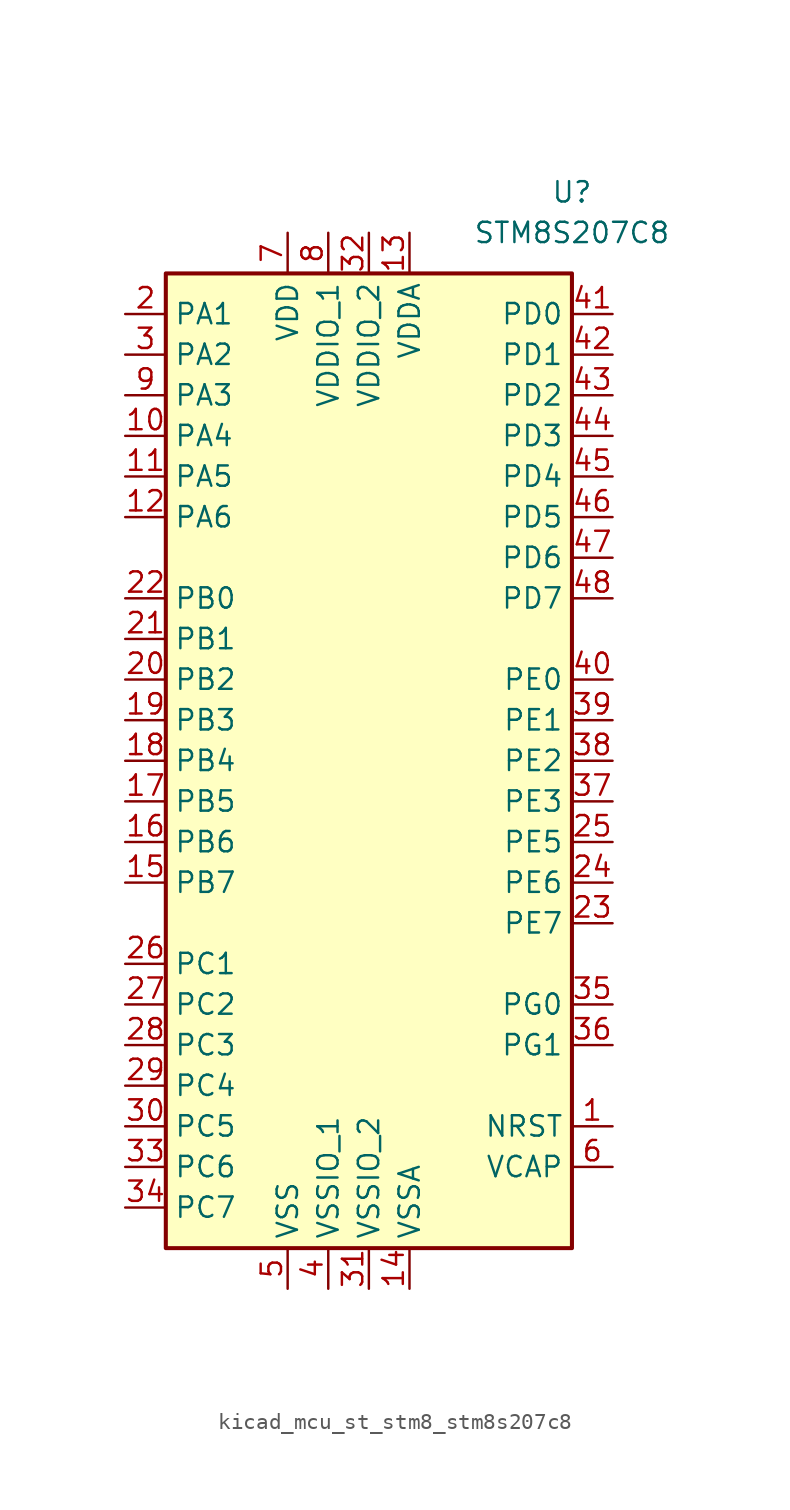
<source format=kicad_sym>
(kicad_symbol_lib
  (version 20220914)
  (generator kicad_symbol_editor)
  (symbol "kicad_mcu_st_stm8_stm8s207c8"
    (property "Reference" "U"
      (at 12.7 35.56 0)
      (effects (font (size 1.27 1.27))))
    (property "Value" "STM8S207C8"
      (at 12.7 33.02 0)
      (effects (font (size 1.27 1.27))))
    (symbol "kicad_mcu_st_stm8_stm8s207c8_0_1"
      (rectangle (start -12.7 -30.48) (end 12.7 30.48) (stroke (width 0.254) (type default)) (fill (type background))))
    (symbol "kicad_mcu_st_stm8_stm8s207c8_1_1"
      (pin input line (at 15.24 -22.86 180) (length 2.54) (name "NRST" (effects (font (size 1.27 1.27)))) (number "1" (effects (font (size 1.27 1.27)))))
      (pin bidirectional line (at -15.24 20.32 0) (length 2.54) (name "PA4" (effects (font (size 1.27 1.27)))) (number "10" (effects (font (size 1.27 1.27)))))
      (pin bidirectional line (at -15.24 17.78 0) (length 2.54) (name "PA5" (effects (font (size 1.27 1.27)))) (number "11" (effects (font (size 1.27 1.27)))))
      (pin bidirectional line (at -15.24 15.24 0) (length 2.54) (name "PA6" (effects (font (size 1.27 1.27)))) (number "12" (effects (font (size 1.27 1.27)))))
      (pin power_in line (at 2.54 33.02 270) (length 2.54) (name "VDDA" (effects (font (size 1.27 1.27)))) (number "13" (effects (font (size 1.27 1.27)))))
      (pin power_in line (at 2.54 -33.02 90) (length 2.54) (name "VSSA" (effects (font (size 1.27 1.27)))) (number "14" (effects (font (size 1.27 1.27)))))
      (pin bidirectional line (at -15.24 -7.62 0) (length 2.54) (name "PB7" (effects (font (size 1.27 1.27)))) (number "15" (effects (font (size 1.27 1.27)))))
      (pin bidirectional line (at -15.24 -5.08 0) (length 2.54) (name "PB6" (effects (font (size 1.27 1.27)))) (number "16" (effects (font (size 1.27 1.27)))))
      (pin bidirectional line (at -15.24 -2.54 0) (length 2.54) (name "PB5" (effects (font (size 1.27 1.27)))) (number "17" (effects (font (size 1.27 1.27)))))
      (pin bidirectional line (at -15.24 0 0) (length 2.54) (name "PB4" (effects (font (size 1.27 1.27)))) (number "18" (effects (font (size 1.27 1.27)))))
      (pin bidirectional line (at -15.24 2.54 0) (length 2.54) (name "PB3" (effects (font (size 1.27 1.27)))) (number "19" (effects (font (size 1.27 1.27)))))
      (pin bidirectional line (at -15.24 27.94 0) (length 2.54) (name "PA1" (effects (font (size 1.27 1.27)))) (number "2" (effects (font (size 1.27 1.27)))))
      (pin bidirectional line (at -15.24 5.08 0) (length 2.54) (name "PB2" (effects (font (size 1.27 1.27)))) (number "20" (effects (font (size 1.27 1.27)))))
      (pin bidirectional line (at -15.24 7.62 0) (length 2.54) (name "PB1" (effects (font (size 1.27 1.27)))) (number "21" (effects (font (size 1.27 1.27)))))
      (pin bidirectional line (at -15.24 10.16 0) (length 2.54) (name "PB0" (effects (font (size 1.27 1.27)))) (number "22" (effects (font (size 1.27 1.27)))))
      (pin bidirectional line (at 15.24 -10.16 180) (length 2.54) (name "PE7" (effects (font (size 1.27 1.27)))) (number "23" (effects (font (size 1.27 1.27)))))
      (pin bidirectional line (at 15.24 -7.62 180) (length 2.54) (name "PE6" (effects (font (size 1.27 1.27)))) (number "24" (effects (font (size 1.27 1.27)))))
      (pin bidirectional line (at 15.24 -5.08 180) (length 2.54) (name "PE5" (effects (font (size 1.27 1.27)))) (number "25" (effects (font (size 1.27 1.27)))))
      (pin bidirectional line (at -15.24 -12.7 0) (length 2.54) (name "PC1" (effects (font (size 1.27 1.27)))) (number "26" (effects (font (size 1.27 1.27)))))
      (pin bidirectional line (at -15.24 -15.24 0) (length 2.54) (name "PC2" (effects (font (size 1.27 1.27)))) (number "27" (effects (font (size 1.27 1.27)))))
      (pin bidirectional line (at -15.24 -17.78 0) (length 2.54) (name "PC3" (effects (font (size 1.27 1.27)))) (number "28" (effects (font (size 1.27 1.27)))))
      (pin bidirectional line (at -15.24 -20.32 0) (length 2.54) (name "PC4" (effects (font (size 1.27 1.27)))) (number "29" (effects (font (size 1.27 1.27)))))
      (pin bidirectional line (at -15.24 25.4 0) (length 2.54) (name "PA2" (effects (font (size 1.27 1.27)))) (number "3" (effects (font (size 1.27 1.27)))))
      (pin bidirectional line (at -15.24 -22.86 0) (length 2.54) (name "PC5" (effects (font (size 1.27 1.27)))) (number "30" (effects (font (size 1.27 1.27)))))
      (pin power_in line (at 0 -33.02 90) (length 2.54) (name "VSSIO_2" (effects (font (size 1.27 1.27)))) (number "31" (effects (font (size 1.27 1.27)))))
      (pin power_in line (at 0 33.02 270) (length 2.54) (name "VDDIO_2" (effects (font (size 1.27 1.27)))) (number "32" (effects (font (size 1.27 1.27)))))
      (pin bidirectional line (at -15.24 -25.4 0) (length 2.54) (name "PC6" (effects (font (size 1.27 1.27)))) (number "33" (effects (font (size 1.27 1.27)))))
      (pin bidirectional line (at -15.24 -27.94 0) (length 2.54) (name "PC7" (effects (font (size 1.27 1.27)))) (number "34" (effects (font (size 1.27 1.27)))))
      (pin bidirectional line (at 15.24 -15.24 180) (length 2.54) (name "PG0" (effects (font (size 1.27 1.27)))) (number "35" (effects (font (size 1.27 1.27)))))
      (pin bidirectional line (at 15.24 -17.78 180) (length 2.54) (name "PG1" (effects (font (size 1.27 1.27)))) (number "36" (effects (font (size 1.27 1.27)))))
      (pin bidirectional line (at 15.24 -2.54 180) (length 2.54) (name "PE3" (effects (font (size 1.27 1.27)))) (number "37" (effects (font (size 1.27 1.27)))))
      (pin bidirectional line (at 15.24 0 180) (length 2.54) (name "PE2" (effects (font (size 1.27 1.27)))) (number "38" (effects (font (size 1.27 1.27)))))
      (pin bidirectional line (at 15.24 2.54 180) (length 2.54) (name "PE1" (effects (font (size 1.27 1.27)))) (number "39" (effects (font (size 1.27 1.27)))))
      (pin power_in line (at -2.54 -33.02 90) (length 2.54) (name "VSSIO_1" (effects (font (size 1.27 1.27)))) (number "4" (effects (font (size 1.27 1.27)))))
      (pin bidirectional line (at 15.24 5.08 180) (length 2.54) (name "PE0" (effects (font (size 1.27 1.27)))) (number "40" (effects (font (size 1.27 1.27)))))
      (pin bidirectional line (at 15.24 27.94 180) (length 2.54) (name "PD0" (effects (font (size 1.27 1.27)))) (number "41" (effects (font (size 1.27 1.27)))))
      (pin bidirectional line (at 15.24 25.4 180) (length 2.54) (name "PD1" (effects (font (size 1.27 1.27)))) (number "42" (effects (font (size 1.27 1.27)))))
      (pin bidirectional line (at 15.24 22.86 180) (length 2.54) (name "PD2" (effects (font (size 1.27 1.27)))) (number "43" (effects (font (size 1.27 1.27)))))
      (pin bidirectional line (at 15.24 20.32 180) (length 2.54) (name "PD3" (effects (font (size 1.27 1.27)))) (number "44" (effects (font (size 1.27 1.27)))))
      (pin bidirectional line (at 15.24 17.78 180) (length 2.54) (name "PD4" (effects (font (size 1.27 1.27)))) (number "45" (effects (font (size 1.27 1.27)))))
      (pin bidirectional line (at 15.24 15.24 180) (length 2.54) (name "PD5" (effects (font (size 1.27 1.27)))) (number "46" (effects (font (size 1.27 1.27)))))
      (pin bidirectional line (at 15.24 12.7 180) (length 2.54) (name "PD6" (effects (font (size 1.27 1.27)))) (number "47" (effects (font (size 1.27 1.27)))))
      (pin bidirectional line (at 15.24 10.16 180) (length 2.54) (name "PD7" (effects (font (size 1.27 1.27)))) (number "48" (effects (font (size 1.27 1.27)))))
      (pin power_in line (at -5.08 -33.02 90) (length 2.54) (name "VSS" (effects (font (size 1.27 1.27)))) (number "5" (effects (font (size 1.27 1.27)))))
      (pin input line (at 15.24 -25.4 180) (length 2.54) (name "VCAP" (effects (font (size 1.27 1.27)))) (number "6" (effects (font (size 1.27 1.27)))))
      (pin power_in line (at -5.08 33.02 270) (length 2.54) (name "VDD" (effects (font (size 1.27 1.27)))) (number "7" (effects (font (size 1.27 1.27)))))
      (pin power_in line (at -2.54 33.02 270) (length 2.54) (name "VDDIO_1" (effects (font (size 1.27 1.27)))) (number "8" (effects (font (size 1.27 1.27)))))
      (pin bidirectional line (at -15.24 22.86 0) (length 2.54) (name "PA3" (effects (font (size 1.27 1.27)))) (number "9" (effects (font (size 1.27 1.27))))))))
</source>
